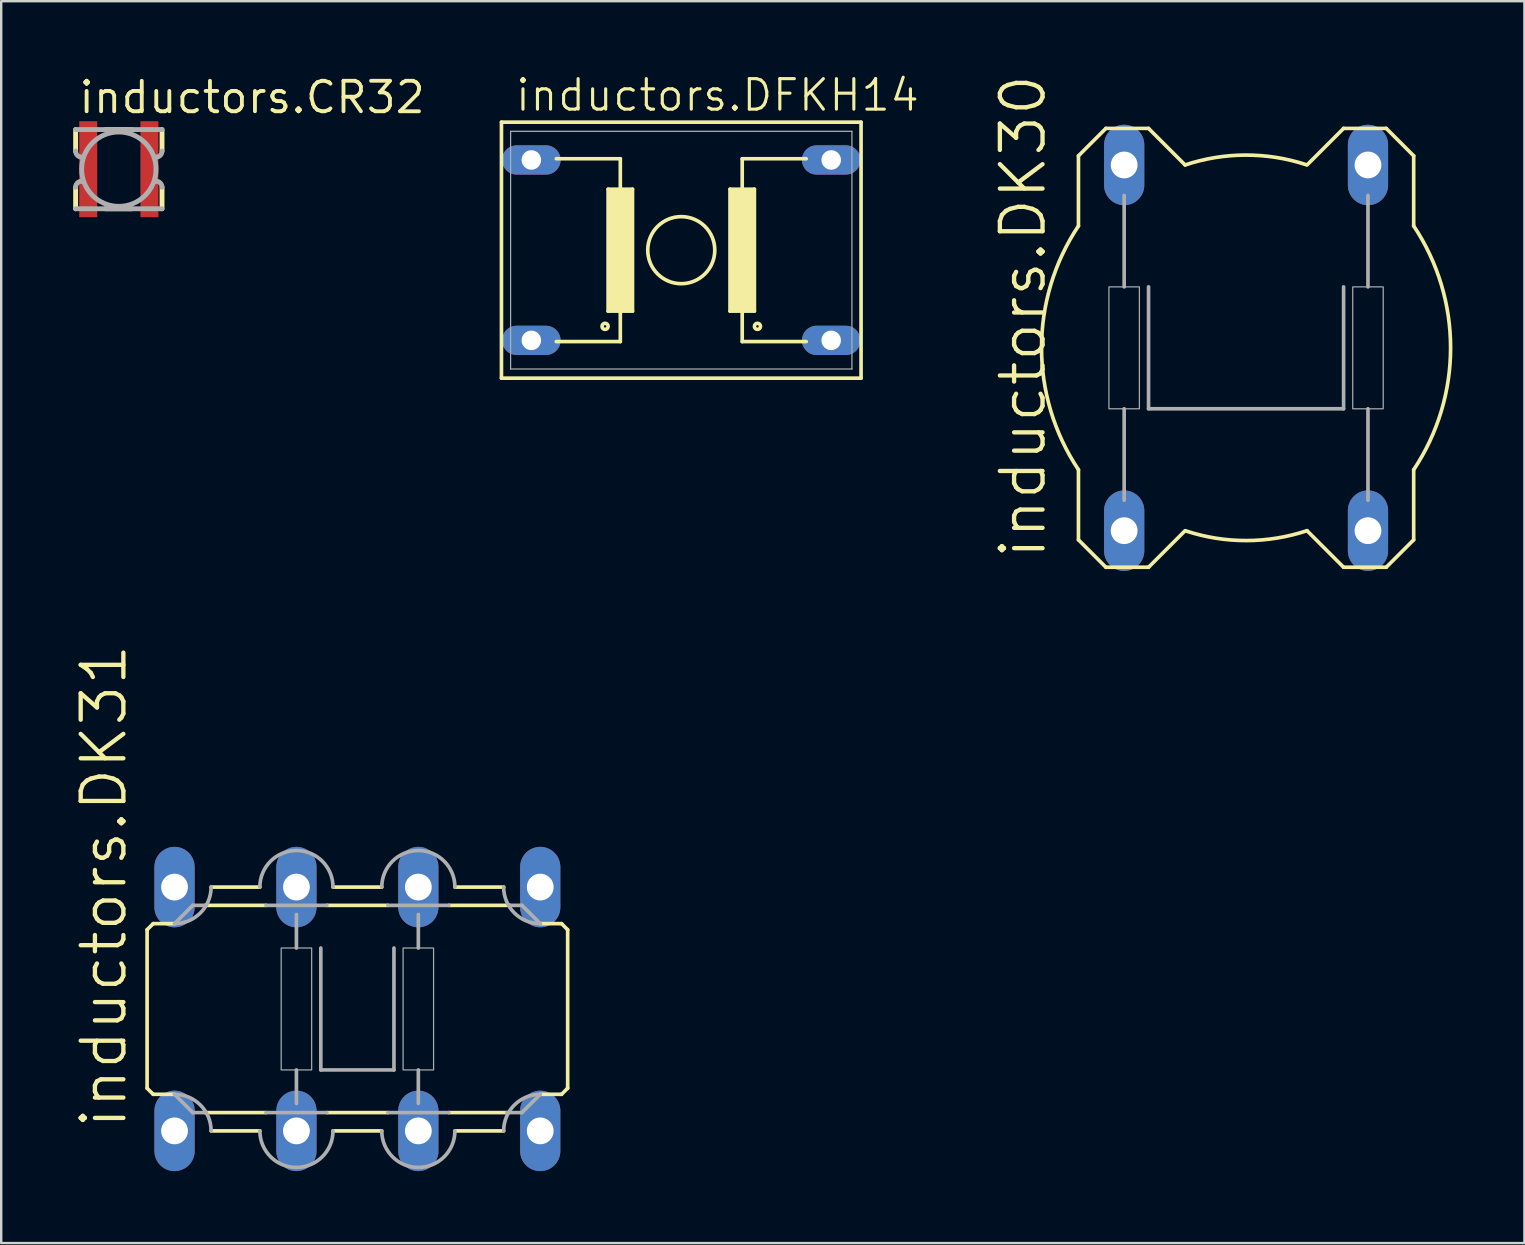
<source format=kicad_pcb>
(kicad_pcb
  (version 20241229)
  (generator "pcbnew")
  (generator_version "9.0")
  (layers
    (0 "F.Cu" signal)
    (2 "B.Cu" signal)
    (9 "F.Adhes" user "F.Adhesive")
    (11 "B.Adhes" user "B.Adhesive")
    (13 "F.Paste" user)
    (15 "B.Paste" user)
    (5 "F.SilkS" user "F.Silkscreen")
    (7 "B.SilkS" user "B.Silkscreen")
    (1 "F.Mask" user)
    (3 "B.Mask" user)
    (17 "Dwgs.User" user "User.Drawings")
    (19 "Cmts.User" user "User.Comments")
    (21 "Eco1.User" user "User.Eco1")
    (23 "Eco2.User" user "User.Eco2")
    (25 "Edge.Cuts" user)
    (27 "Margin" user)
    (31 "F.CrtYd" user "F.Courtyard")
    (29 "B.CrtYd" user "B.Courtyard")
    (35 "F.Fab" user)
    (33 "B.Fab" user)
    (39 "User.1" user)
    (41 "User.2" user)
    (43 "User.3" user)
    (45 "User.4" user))
  (footprint "inductors.CR32"
    (layer "F.Cu")
    (at 1.902 4)
    (property "Reference" "inductors.CR32" (at -1.75 -2.25 0) (layer "F.SilkS") (effects (font (size 1.27 1.27) (thickness 0.16)) (justify left bottom)))
    (attr smd)
    (fp_rect (start -1.725 -0.875) (end -0.825 -2.075) (stroke (width 0.05) (type default)) (fill yes) (layer "F.Mask"))
    (fp_rect (start -1.725 2.075) (end -0.825 0.875) (stroke (width 0.05) (type default)) (fill yes) (layer "F.Mask"))
    (fp_rect (start 0.825 -0.875) (end 1.725 -2.075) (stroke (width 0.05) (type default)) (fill yes) (layer "F.Mask"))
    (fp_rect (start 0.825 2.075) (end 1.725 0.875) (stroke (width 0.05) (type default)) (fill yes) (layer "F.Mask"))
    (fp_line (start -1.8 -1.65) (end -1.8 -0.754) (stroke (width 0.203) (type default)) (layer "F.SilkS"))
    (fp_line (start -1.8 0.754) (end -1.8 1.65) (stroke (width 0.203) (type default)) (layer "F.SilkS"))
    (fp_line (start -0.55 1.65) (end 0.55 1.65) (stroke (width 0.203) (type default)) (layer "F.SilkS"))
    (fp_line (start 0.55 -1.65) (end -0.55 -1.65) (stroke (width 0.203) (type default)) (layer "F.SilkS"))
    (fp_line (start 1.8 -0.754) (end 1.8 -1.65) (stroke (width 0.203) (type default)) (layer "F.SilkS"))
    (fp_line (start 1.8 1.65) (end 1.8 0.754) (stroke (width 0.203) (type default)) (layer "F.SilkS"))
    (fp_rect (start -1.625 -0.95) (end -0.925 -1.95) (stroke (width 0.05) (type default)) (fill yes) (layer "F.Paste"))
    (fp_rect (start -1.625 1.95) (end -0.925 0.95) (stroke (width 0.05) (type default)) (fill yes) (layer "F.Paste"))
    (fp_rect (start 0.925 -0.95) (end 1.625 -1.95) (stroke (width 0.05) (type default)) (fill yes) (layer "F.Paste"))
    (fp_rect (start 0.925 1.95) (end 1.625 0.95) (stroke (width 0.05) (type default)) (fill yes) (layer "F.Paste"))
    (fp_line (start -1.8 1.65) (end 1.8 1.65) (stroke (width 0.203) (type default)) (layer "F.Fab"))
    (fp_line (start -1.546 -0.5) (end -1.5 -0.5) (stroke (width 0.203) (type default)) (layer "F.Fab"))
    (fp_line (start -1.5 0.5) (end -1.546 0.5) (stroke (width 0.203) (type default)) (layer "F.Fab"))
    (fp_line (start 1.5 -0.5) (end 1.546 -0.5) (stroke (width 0.203) (type default)) (layer "F.Fab"))
    (fp_line (start 1.546 0.5) (end 1.5 0.5) (stroke (width 0.203) (type default)) (layer "F.Fab"))
    (fp_line (start 1.8 -1.65) (end -1.8 -1.65) (stroke (width 0.203) (type default)) (layer "F.Fab"))
    (fp_arc (start -1.8 0.754) (mid -1.725605 0.574395) (end -1.546 0.5) (stroke (width 0.2032) (type default)) (layer "F.Fab"))
    (fp_arc (start -1.546 -0.5) (mid -1.725605 -0.574395) (end -1.8 -0.754) (stroke (width 0.2032) (type default)) (layer "F.Fab"))
    (fp_arc (start 1.546 0.5) (mid 1.725605 0.574395) (end 1.8 0.754) (stroke (width 0.2032) (type default)) (layer "F.Fab"))
    (fp_arc (start 1.8 -0.754) (mid 1.725605 -0.574395) (end 1.546 -0.5) (stroke (width 0.2032) (type default)) (layer "F.Fab"))
    (fp_circle (center 0 0) (end 1.55 0) (stroke (width 0.203) (type default)) (fill no) (layer "F.Fab"))
    (pad "1" smd roundrect (at -1.275 0) (size 0.75 4) (layers "F.Cu" "F.Mask" "F.Paste") (roundrect_rratio 0.01))
    (pad "2" smd roundrect (at 1.275 0) (size 0.75 4) (layers "F.Cu" "F.Mask" "F.Paste") (roundrect_rratio 0.01)))
  (footprint "inductors.DFKH14"
    (layer "F.Cu")
    (at 25.34 7.375)
    (property "Reference" "inductors.DFKH14" (at -6.985 -5.715 0) (layer "F.SilkS") (effects (font (size 1.27 1.27) (thickness 0.13)) (justify left bottom)))
    (attr through_hole)
    (fp_line (start -7.493 -5.334) (end -7.493 5.334) (stroke (width 0.152) (type default)) (layer "F.SilkS"))
    (fp_line (start -7.493 -5.334) (end 7.493 -5.334) (stroke (width 0.152) (type default)) (layer "F.SilkS"))
    (fp_line (start -5.207 -3.81) (end -2.54 -3.81) (stroke (width 0.152) (type default)) (layer "F.SilkS"))
    (fp_line (start -5.207 3.81) (end -2.54 3.81) (stroke (width 0.152) (type default)) (layer "F.SilkS"))
    (fp_line (start -3.048 2.54) (end -3.048 -2.54) (stroke (width 0.152) (type default)) (layer "F.SilkS"))
    (fp_line (start -3.048 2.54) (end -2.54 2.54) (stroke (width 0.152) (type default)) (layer "F.SilkS"))
    (fp_line (start -2.54 -2.54) (end -3.048 -2.54) (stroke (width 0.152) (type default)) (layer "F.SilkS"))
    (fp_line (start -2.54 -2.54) (end -2.54 -3.81) (stroke (width 0.152) (type default)) (layer "F.SilkS"))
    (fp_line (start -2.54 2.54) (end -2.54 3.81) (stroke (width 0.152) (type default)) (layer "F.SilkS"))
    (fp_line (start -2.54 2.54) (end -2.032 2.54) (stroke (width 0.152) (type default)) (layer "F.SilkS"))
    (fp_line (start -2.032 -2.54) (end -2.54 -2.54) (stroke (width 0.152) (type default)) (layer "F.SilkS"))
    (fp_line (start -2.032 -2.54) (end -2.032 2.54) (stroke (width 0.152) (type default)) (layer "F.SilkS"))
    (fp_line (start 2.032 2.54) (end 2.032 -2.54) (stroke (width 0.152) (type default)) (layer "F.SilkS"))
    (fp_line (start 2.032 2.54) (end 2.54 2.54) (stroke (width 0.152) (type default)) (layer "F.SilkS"))
    (fp_line (start 2.54 -2.54) (end 2.54 -3.81) (stroke (width 0.152) (type default)) (layer "F.SilkS"))
    (fp_line (start 2.54 2.54) (end 2.54 3.81) (stroke (width 0.152) (type default)) (layer "F.SilkS"))
    (fp_line (start 2.54 2.54) (end 3.048 2.54) (stroke (width 0.152) (type default)) (layer "F.SilkS"))
    (fp_line (start 3.048 -2.54) (end 2.032 -2.54) (stroke (width 0.152) (type default)) (layer "F.SilkS"))
    (fp_line (start 3.048 -2.54) (end 3.048 2.54) (stroke (width 0.152) (type default)) (layer "F.SilkS"))
    (fp_line (start 5.207 -3.81) (end 2.54 -3.81) (stroke (width 0.152) (type default)) (layer "F.SilkS"))
    (fp_line (start 5.207 3.81) (end 2.54 3.81) (stroke (width 0.152) (type default)) (layer "F.SilkS"))
    (fp_line (start 7.493 5.334) (end -7.493 5.334) (stroke (width 0.152) (type default)) (layer "F.SilkS"))
    (fp_line (start 7.493 5.334) (end 7.493 -5.334) (stroke (width 0.152) (type default)) (layer "F.SilkS"))
    (fp_rect (start -3.048 2.54) (end -2.032 -2.54) (stroke (width 0.05) (type default)) (fill yes) (layer "F.SilkS"))
    (fp_rect (start 2.032 2.54) (end 3.048 -2.54) (stroke (width 0.05) (type default)) (fill yes) (layer "F.SilkS"))
    (fp_circle (center -3.175 3.175) (end -3.048 3.175) (stroke (width 0.152) (type default)) (fill no) (layer "F.SilkS"))
    (fp_circle (center 0 0) (end 1.397 0) (stroke (width 0.152) (type default)) (fill no) (layer "F.SilkS"))
    (fp_circle (center 3.175 3.175) (end 3.302 3.175) (stroke (width 0.152) (type default)) (fill no) (layer "F.SilkS"))
    (fp_line (start -7.112 -4.953) (end -7.112 4.953) (stroke (width 0.051) (type default)) (layer "F.Fab"))
    (fp_line (start -7.112 -4.953) (end 7.112 -4.953) (stroke (width 0.051) (type default)) (layer "F.Fab"))
    (fp_line (start 7.112 4.953) (end -7.112 4.953) (stroke (width 0.051) (type default)) (layer "F.Fab"))
    (fp_line (start 7.112 4.953) (end 7.112 -4.953) (stroke (width 0.051) (type default)) (layer "F.Fab"))
    (pad "1" thru_hole oval (at 6.248 3.759) (size 2.438 1.219) (drill 0.813) (layers "*.Cu" "*.Mask"))
    (pad "2" thru_hole oval (at 6.248 -3.759) (size 2.438 1.219) (drill 0.813) (layers "*.Cu" "*.Mask"))
    (pad "3" thru_hole oval (at -6.248 -3.759) (size 2.438 1.219) (drill 0.813) (layers "*.Cu" "*.Mask"))
    (pad "4" thru_hole oval (at -6.248 3.759) (size 2.438 1.219) (drill 0.813) (layers "*.Cu" "*.Mask")))
  (footprint "inductors.DK30"
    (layer "F.Cu")
    (at 48.877 11.445)
    (property "Reference" "inductors.DK30" (at -8.255 8.89 90) (layer "F.SilkS") (effects (font (size 1.778 1.778) (thickness 0.18)) (justify left bottom)))
    (attr through_hole)
    (fp_line (start -6.985 -8.001) (end -6.985 -5.08) (stroke (width 0.152) (type default)) (layer "F.SilkS"))
    (fp_line (start -6.985 -8.001) (end -5.842 -9.144) (stroke (width 0.152) (type default)) (layer "F.SilkS"))
    (fp_line (start -6.985 5.08) (end -6.985 8.001) (stroke (width 0.152) (type default)) (layer "F.SilkS"))
    (fp_line (start -5.842 9.144) (end -6.985 8.001) (stroke (width 0.152) (type default)) (layer "F.SilkS"))
    (fp_line (start -4.064 -9.144) (end -5.842 -9.144) (stroke (width 0.152) (type default)) (layer "F.SilkS"))
    (fp_line (start -4.064 9.144) (end -5.842 9.144) (stroke (width 0.152) (type default)) (layer "F.SilkS"))
    (fp_line (start -2.54 -7.62) (end -4.064 -9.144) (stroke (width 0.152) (type default)) (layer "F.SilkS"))
    (fp_line (start -2.54 7.62) (end -4.064 9.144) (stroke (width 0.152) (type default)) (layer "F.SilkS"))
    (fp_line (start 2.54 7.62) (end 4.064 9.144) (stroke (width 0.152) (type default)) (layer "F.SilkS"))
    (fp_line (start 4.064 -9.144) (end 2.54 -7.62) (stroke (width 0.152) (type default)) (layer "F.SilkS"))
    (fp_line (start 4.064 -9.144) (end 5.842 -9.144) (stroke (width 0.152) (type default)) (layer "F.SilkS"))
    (fp_line (start 5.842 9.144) (end 4.064 9.144) (stroke (width 0.152) (type default)) (layer "F.SilkS"))
    (fp_line (start 6.985 -8.001) (end 5.842 -9.144) (stroke (width 0.152) (type default)) (layer "F.SilkS"))
    (fp_line (start 6.985 -8.001) (end 6.985 -5.08) (stroke (width 0.152) (type default)) (layer "F.SilkS"))
    (fp_line (start 6.985 5.08) (end 6.985 8.001) (stroke (width 0.152) (type default)) (layer "F.SilkS"))
    (fp_line (start 6.985 8.001) (end 5.842 9.144) (stroke (width 0.152) (type default)) (layer "F.SilkS"))
    (fp_arc (start -6.985 5.08) (mid -8.5231 0) (end -6.985 -5.08) (stroke (width 0.1524) (type default)) (layer "F.SilkS"))
    (fp_arc (start -2.54 -7.62) (mid -0.02196 -8.032168) (end 2.4983 -7.6338) (stroke (width 0.1524) (type default)) (layer "F.SilkS"))
    (fp_arc (start 2.54 7.62) (mid 0.02196 8.032168) (end -2.4983 7.6338) (stroke (width 0.1524) (type default)) (layer "F.SilkS"))
    (fp_arc (start 6.985 -5.08) (mid 8.5231 0) (end 6.985 5.08) (stroke (width 0.1524) (type default)) (layer "F.SilkS"))
    (fp_line (start -5.08 -6.35) (end -5.08 -2.54) (stroke (width 0.152) (type default)) (layer "F.Fab"))
    (fp_line (start -5.08 2.54) (end -5.08 6.35) (stroke (width 0.152) (type default)) (layer "F.Fab"))
    (fp_line (start -4.064 2.54) (end -4.064 -2.54) (stroke (width 0.152) (type default)) (layer "F.Fab"))
    (fp_line (start -4.064 2.54) (end 4.064 2.54) (stroke (width 0.152) (type default)) (layer "F.Fab"))
    (fp_line (start 4.064 2.54) (end 4.064 -2.54) (stroke (width 0.152) (type default)) (layer "F.Fab"))
    (fp_line (start 5.08 -6.35) (end 5.08 -2.54) (stroke (width 0.152) (type default)) (layer "F.Fab"))
    (fp_line (start 5.08 2.54) (end 5.08 6.35) (stroke (width 0.152) (type default)) (layer "F.Fab"))
    (fp_rect (start -5.715 2.54) (end -4.445 -2.54) (stroke (width 0.05) (type default)) (fill no) (layer "F.Fab"))
    (fp_rect (start 4.445 2.54) (end 5.715 -2.54) (stroke (width 0.05) (type default)) (fill no) (layer "F.Fab"))
    (pad "1" thru_hole oval (at -5.08 7.62 90) (size 3.353 1.676) (drill 1.118) (layers "*.Cu" "*.Mask"))
    (pad "2" thru_hole oval (at -5.08 -7.62 90) (size 3.353 1.676) (drill 1.118) (layers "*.Cu" "*.Mask"))
    (pad "3" thru_hole oval (at 5.08 7.62 90) (size 3.353 1.676) (drill 1.118) (layers "*.Cu" "*.Mask"))
    (pad "4" thru_hole oval (at 5.08 -7.62 90) (size 3.353 1.676) (drill 1.118) (layers "*.Cu" "*.Mask")))
  (footprint "inductors.DK31"
    (layer "F.Cu")
    (at 11.843 38.997)
    (property "Reference" "inductors.DK31" (at -9.525 5.08 90) (layer "F.SilkS") (effects (font (size 1.778 1.778) (thickness 0.18)) (justify left bottom)))
    (attr through_hole)
    (fp_line (start -8.763 3.302) (end -8.763 -3.302) (stroke (width 0.152) (type default)) (layer "F.SilkS"))
    (fp_line (start -8.509 -3.556) (end -8.763 -3.302) (stroke (width 0.152) (type default)) (layer "F.SilkS"))
    (fp_line (start -8.509 -3.556) (end -7.62 -3.556) (stroke (width 0.152) (type default)) (layer "F.SilkS"))
    (fp_line (start -8.509 3.556) (end -8.763 3.302) (stroke (width 0.152) (type default)) (layer "F.SilkS"))
    (fp_line (start -8.509 3.556) (end -7.62 3.556) (stroke (width 0.152) (type default)) (layer "F.SilkS"))
    (fp_line (start -4.064 -5.08) (end -6.096 -5.08) (stroke (width 0.152) (type default)) (layer "F.SilkS"))
    (fp_line (start -4.064 5.08) (end -6.096 5.08) (stroke (width 0.152) (type default)) (layer "F.SilkS"))
    (fp_line (start -3.81 -4.318) (end -6.35 -4.318) (stroke (width 0.152) (type default)) (layer "F.SilkS"))
    (fp_line (start -3.81 4.318) (end -6.35 4.318) (stroke (width 0.152) (type default)) (layer "F.SilkS"))
    (fp_line (start 1.016 -5.08) (end -1.016 -5.08) (stroke (width 0.152) (type default)) (layer "F.SilkS"))
    (fp_line (start 1.016 5.08) (end -1.016 5.08) (stroke (width 0.152) (type default)) (layer "F.SilkS"))
    (fp_line (start 1.27 -4.318) (end -1.27 -4.318) (stroke (width 0.152) (type default)) (layer "F.SilkS"))
    (fp_line (start 1.27 4.318) (end -1.27 4.318) (stroke (width 0.152) (type default)) (layer "F.SilkS"))
    (fp_line (start 6.096 -5.08) (end 4.064 -5.08) (stroke (width 0.152) (type default)) (layer "F.SilkS"))
    (fp_line (start 6.096 5.08) (end 4.064 5.08) (stroke (width 0.152) (type default)) (layer "F.SilkS"))
    (fp_line (start 6.223 4.318) (end 3.81 4.318) (stroke (width 0.152) (type default)) (layer "F.SilkS"))
    (fp_line (start 6.35 -4.318) (end 3.81 -4.318) (stroke (width 0.152) (type default)) (layer "F.SilkS"))
    (fp_line (start 8.509 -3.556) (end 7.62 -3.556) (stroke (width 0.152) (type default)) (layer "F.SilkS"))
    (fp_line (start 8.509 -3.556) (end 8.763 -3.302) (stroke (width 0.152) (type default)) (layer "F.SilkS"))
    (fp_line (start 8.509 3.556) (end 7.62 3.556) (stroke (width 0.152) (type default)) (layer "F.SilkS"))
    (fp_line (start 8.509 3.556) (end 8.763 3.302) (stroke (width 0.152) (type default)) (layer "F.SilkS"))
    (fp_line (start 8.763 -3.302) (end 8.763 3.302) (stroke (width 0.152) (type default)) (layer "F.SilkS"))
    (fp_line (start -7.62 -3.556) (end -6.858 -4.318) (stroke (width 0.152) (type default)) (layer "F.Fab"))
    (fp_line (start -7.62 3.556) (end -6.858 4.318) (stroke (width 0.152) (type default)) (layer "F.Fab"))
    (fp_line (start -6.858 -4.318) (end -6.35 -4.318) (stroke (width 0.152) (type default)) (layer "F.Fab"))
    (fp_line (start -6.858 4.318) (end -6.35 4.318) (stroke (width 0.152) (type default)) (layer "F.Fab"))
    (fp_line (start -3.81 -4.318) (end -1.27 -4.318) (stroke (width 0.152) (type default)) (layer "F.Fab"))
    (fp_line (start -3.81 4.318) (end -1.27 4.318) (stroke (width 0.152) (type default)) (layer "F.Fab"))
    (fp_line (start -2.54 -3.937) (end -2.54 -2.54) (stroke (width 0.152) (type default)) (layer "F.Fab"))
    (fp_line (start -2.54 2.54) (end -2.54 3.937) (stroke (width 0.152) (type default)) (layer "F.Fab"))
    (fp_line (start -1.524 2.54) (end -1.524 -2.54) (stroke (width 0.152) (type default)) (layer "F.Fab"))
    (fp_line (start -1.524 2.54) (end 1.524 2.54) (stroke (width 0.152) (type default)) (layer "F.Fab"))
    (fp_line (start 1.27 -4.318) (end 3.81 -4.318) (stroke (width 0.152) (type default)) (layer "F.Fab"))
    (fp_line (start 1.27 4.318) (end 3.81 4.318) (stroke (width 0.152) (type default)) (layer "F.Fab"))
    (fp_line (start 1.524 2.54) (end 1.524 -2.54) (stroke (width 0.152) (type default)) (layer "F.Fab"))
    (fp_line (start 2.54 -3.937) (end 2.54 -2.54) (stroke (width 0.152) (type default)) (layer "F.Fab"))
    (fp_line (start 2.54 2.54) (end 2.54 3.937) (stroke (width 0.152) (type default)) (layer "F.Fab"))
    (fp_line (start 6.858 -4.318) (end 6.35 -4.318) (stroke (width 0.152) (type default)) (layer "F.Fab"))
    (fp_line (start 6.858 4.318) (end 6.223 4.318) (stroke (width 0.152) (type default)) (layer "F.Fab"))
    (fp_line (start 7.62 -3.556) (end 6.858 -4.318) (stroke (width 0.152) (type default)) (layer "F.Fab"))
    (fp_line (start 7.62 3.556) (end 6.858 4.318) (stroke (width 0.152) (type default)) (layer "F.Fab"))
    (fp_rect (start -3.175 2.54) (end -1.905 -2.54) (stroke (width 0.05) (type default)) (fill no) (layer "F.Fab"))
    (fp_rect (start 1.905 2.54) (end 3.175 -2.54) (stroke (width 0.05) (type default)) (fill no) (layer "F.Fab"))
    (fp_arc (start -7.62 3.556) (mid -6.542369 4.002369) (end -6.096 5.08) (stroke (width 0.1524) (type default)) (layer "F.Fab"))
    (fp_arc (start -6.096 -5.08) (mid -6.542369 -4.002369) (end -7.62 -3.556) (stroke (width 0.1524) (type default)) (layer "F.Fab"))
    (fp_arc (start -4.064 -5.08) (mid -2.54 -6.604) (end -1.016 -5.08) (stroke (width 0.1524) (type default)) (layer "F.Fab"))
    (fp_arc (start -1.016 5.08) (mid -2.54 6.604) (end -4.064 5.08) (stroke (width 0.1524) (type default)) (layer "F.Fab"))
    (fp_arc (start 1.016 -5.08) (mid 2.54 -6.604) (end 4.064 -5.08) (stroke (width 0.1524) (type default)) (layer "F.Fab"))
    (fp_arc (start 4.064 5.08) (mid 2.54 6.604) (end 1.016 5.08) (stroke (width 0.1524) (type default)) (layer "F.Fab"))
    (fp_arc (start 6.096 5.08) (mid 6.542369 4.002369) (end 7.62 3.556) (stroke (width 0.1524) (type default)) (layer "F.Fab"))
    (fp_arc (start 7.62 -3.556) (mid 6.542369 -4.002369) (end 6.096 -5.08) (stroke (width 0.1524) (type default)) (layer "F.Fab"))
    (pad "1" thru_hole oval (at -2.54 5.08 90) (size 3.353 1.676) (drill 1.118) (layers "*.Cu" "*.Mask"))
    (pad "2" thru_hole oval (at -2.54 -5.08 90) (size 3.353 1.676) (drill 1.118) (layers "*.Cu" "*.Mask"))
    (pad "3" thru_hole oval (at 2.54 5.08 90) (size 3.353 1.676) (drill 1.118) (layers "*.Cu" "*.Mask"))
    (pad "4" thru_hole oval (at 2.54 -5.08 90) (size 3.353 1.676) (drill 1.118) (layers "*.Cu" "*.Mask"))
    (pad "5" thru_hole oval (at -7.62 5.08 90) (size 3.353 1.676) (drill 1.118) (layers "*.Cu" "*.Mask"))
    (pad "6" thru_hole oval (at -7.62 -5.08 90) (size 3.353 1.676) (drill 1.118) (layers "*.Cu" "*.Mask"))
    (pad "7" thru_hole oval (at 7.62 5.08 90) (size 3.353 1.676) (drill 1.118) (layers "*.Cu" "*.Mask"))
    (pad "8" thru_hole oval (at 7.62 -5.08 90) (size 3.353 1.676) (drill 1.118) (layers "*.Cu" "*.Mask")))
  (gr_rect
    (start -3 -3)
    (end 60.476 48.753)
    (stroke (width 0.1) (type default))
    (fill no)
    (layer "Edge.Cuts")))
</source>
